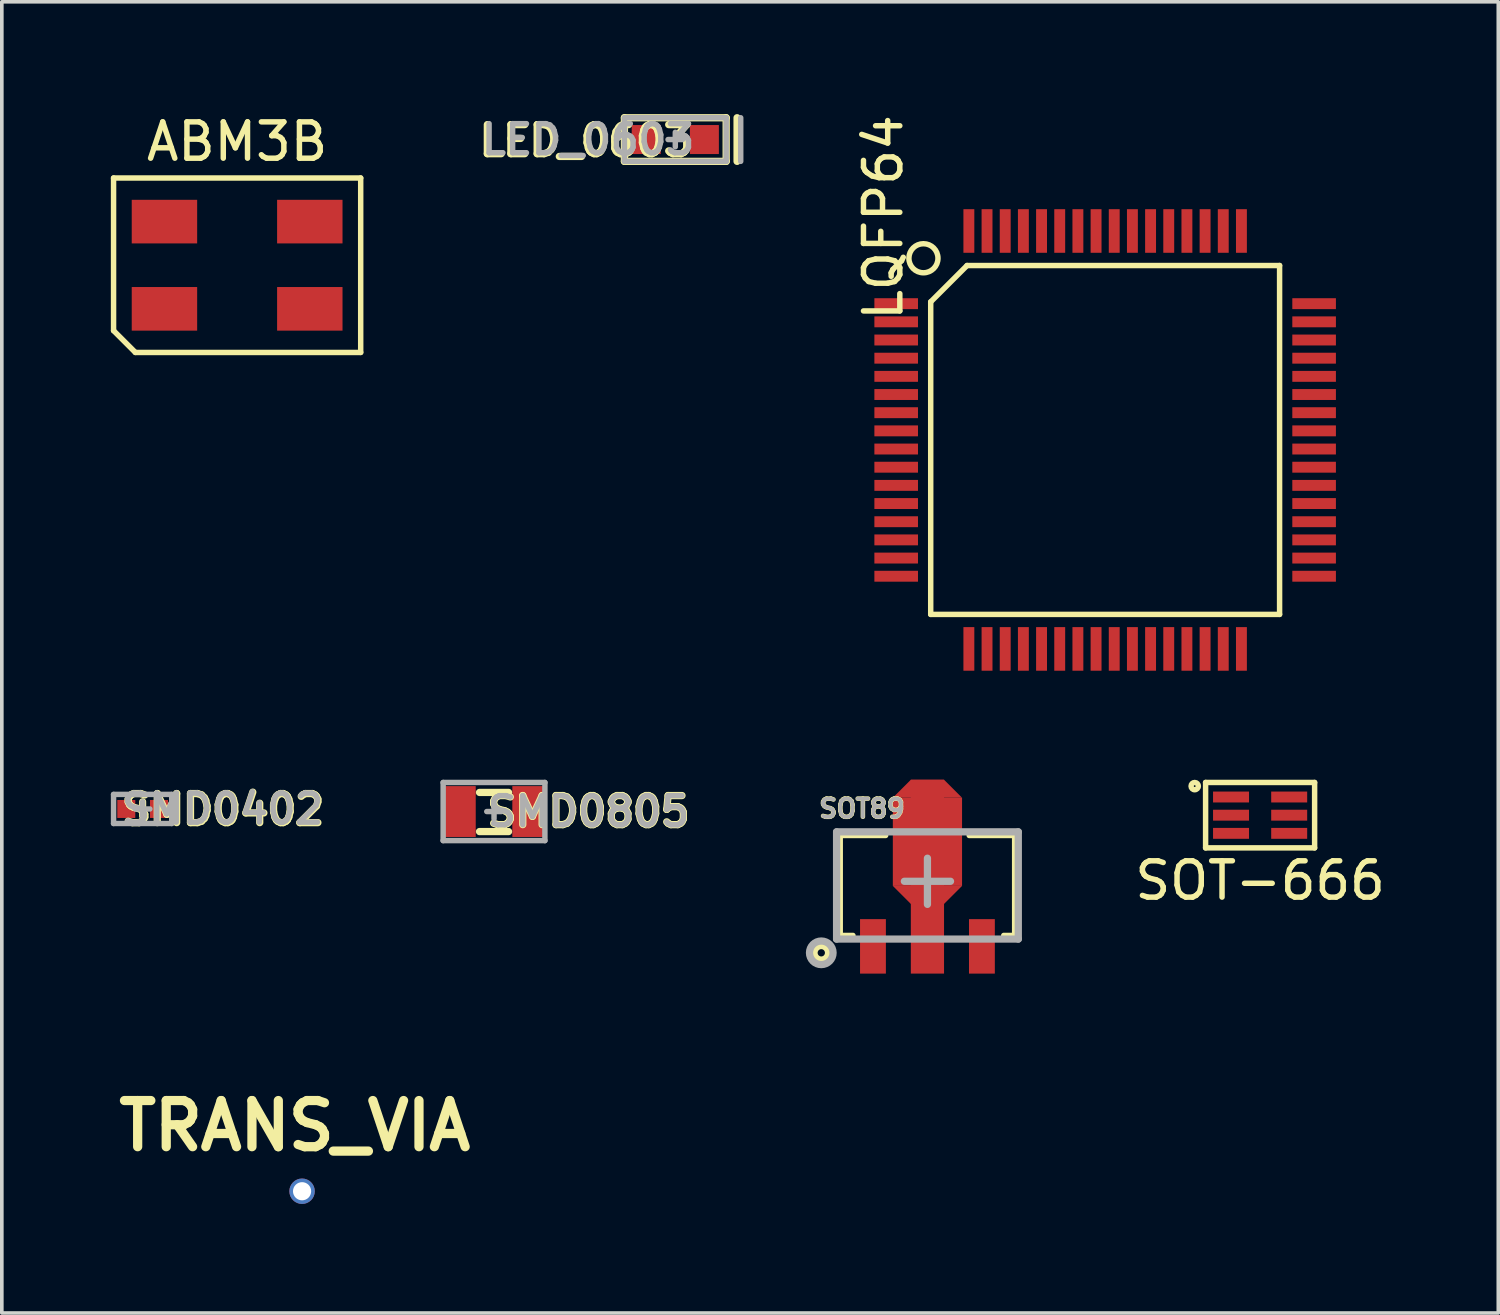
<source format=kicad_pcb>
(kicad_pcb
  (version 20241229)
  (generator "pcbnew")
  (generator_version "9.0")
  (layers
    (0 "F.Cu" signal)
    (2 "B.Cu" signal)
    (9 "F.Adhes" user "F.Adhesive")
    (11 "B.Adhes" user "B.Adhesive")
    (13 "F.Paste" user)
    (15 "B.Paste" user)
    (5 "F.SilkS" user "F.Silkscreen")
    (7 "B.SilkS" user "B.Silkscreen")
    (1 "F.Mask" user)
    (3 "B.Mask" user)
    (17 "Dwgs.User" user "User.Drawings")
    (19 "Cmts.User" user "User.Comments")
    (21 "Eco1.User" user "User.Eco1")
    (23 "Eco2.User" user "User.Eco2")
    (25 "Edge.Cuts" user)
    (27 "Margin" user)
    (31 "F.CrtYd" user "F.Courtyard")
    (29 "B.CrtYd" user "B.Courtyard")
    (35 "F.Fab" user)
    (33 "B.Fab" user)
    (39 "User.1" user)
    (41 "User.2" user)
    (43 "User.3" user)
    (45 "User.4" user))
  (footprint "LQFP64"
    (layer "F.Cu")
    (at 27.36 9.056)
    (property "Reference" "LQFP64" (at -6.105 -6.122 270) (layer "F.SilkS") (effects (font (size 1 1) (thickness 0.15))))
    (attr through_hole)
    (fp_line (start -4.8 -3.8) (end -3.8 -4.8) (stroke (width 0.15) (type solid)) (layer "F.SilkS"))
    (fp_line (start -4.8 4.8) (end -4.8 -3.8) (stroke (width 0.15) (type solid)) (layer "F.SilkS"))
    (fp_line (start -3.8 -4.8) (end 4.8 -4.8) (stroke (width 0.15) (type solid)) (layer "F.SilkS"))
    (fp_line (start 4.8 -4.8) (end 4.8 4.8) (stroke (width 0.15) (type solid)) (layer "F.SilkS"))
    (fp_line (start 4.8 4.8) (end -4.8 4.8) (stroke (width 0.15) (type solid)) (layer "F.SilkS"))
    (fp_circle (center -5 -5) (end -4.6 -5) (stroke (width 0.15) (type solid)) (fill no) (layer "F.SilkS"))
    (pad "1" smd rect (at -5.75 -3.75) (size 1.2 0.3) (layers "F.Cu" "F.Mask" "F.Paste"))
    (pad "2" smd rect (at -5.75 -3.25) (size 1.2 0.3) (layers "F.Cu" "F.Mask" "F.Paste"))
    (pad "3" smd rect (at -5.75 -2.75) (size 1.2 0.3) (layers "F.Cu" "F.Mask" "F.Paste"))
    (pad "4" smd rect (at -5.75 -2.25) (size 1.2 0.3) (layers "F.Cu" "F.Mask" "F.Paste"))
    (pad "5" smd rect (at -5.75 -1.75) (size 1.2 0.3) (layers "F.Cu" "F.Mask" "F.Paste"))
    (pad "6" smd rect (at -5.75 -1.25) (size 1.2 0.3) (layers "F.Cu" "F.Mask" "F.Paste"))
    (pad "7" smd rect (at -5.75 -0.75) (size 1.2 0.3) (layers "F.Cu" "F.Mask" "F.Paste"))
    (pad "8" smd rect (at -5.75 -0.25) (size 1.2 0.3) (layers "F.Cu" "F.Mask" "F.Paste"))
    (pad "9" smd rect (at -5.75 0.25) (size 1.2 0.3) (layers "F.Cu" "F.Mask" "F.Paste"))
    (pad "10" smd rect (at -5.75 0.75) (size 1.2 0.3) (layers "F.Cu" "F.Mask" "F.Paste"))
    (pad "11" smd rect (at -5.75 1.25) (size 1.2 0.3) (layers "F.Cu" "F.Mask" "F.Paste"))
    (pad "12" smd rect (at -5.75 1.75) (size 1.2 0.3) (layers "F.Cu" "F.Mask" "F.Paste"))
    (pad "13" smd rect (at -5.75 2.25) (size 1.2 0.3) (layers "F.Cu" "F.Mask" "F.Paste"))
    (pad "14" smd rect (at -5.75 2.75) (size 1.2 0.3) (layers "F.Cu" "F.Mask" "F.Paste"))
    (pad "15" smd rect (at -5.75 3.25) (size 1.2 0.3) (layers "F.Cu" "F.Mask" "F.Paste"))
    (pad "16" smd rect (at -5.75 3.75) (size 1.2 0.3) (layers "F.Cu" "F.Mask" "F.Paste"))
    (pad "17" smd rect (at -3.75 5.75 90) (size 1.2 0.3) (layers "F.Cu" "F.Mask" "F.Paste"))
    (pad "18" smd rect (at -3.25 5.75 90) (size 1.2 0.3) (layers "F.Cu" "F.Mask" "F.Paste"))
    (pad "19" smd rect (at -2.75 5.75 90) (size 1.2 0.3) (layers "F.Cu" "F.Mask" "F.Paste"))
    (pad "20" smd rect (at -2.25 5.75 90) (size 1.2 0.3) (layers "F.Cu" "F.Mask" "F.Paste"))
    (pad "21" smd rect (at -1.75 5.75 90) (size 1.2 0.3) (layers "F.Cu" "F.Mask" "F.Paste"))
    (pad "22" smd rect (at -1.25 5.75 90) (size 1.2 0.3) (layers "F.Cu" "F.Mask" "F.Paste"))
    (pad "23" smd rect (at -0.75 5.75 90) (size 1.2 0.3) (layers "F.Cu" "F.Mask" "F.Paste"))
    (pad "24" smd rect (at -0.25 5.75 90) (size 1.2 0.3) (layers "F.Cu" "F.Mask" "F.Paste"))
    (pad "25" smd rect (at 0.25 5.75 90) (size 1.2 0.3) (layers "F.Cu" "F.Mask" "F.Paste"))
    (pad "26" smd rect (at 0.75 5.75 90) (size 1.2 0.3) (layers "F.Cu" "F.Mask" "F.Paste"))
    (pad "27" smd rect (at 1.25 5.75 90) (size 1.2 0.3) (layers "F.Cu" "F.Mask" "F.Paste"))
    (pad "28" smd rect (at 1.75 5.75 90) (size 1.2 0.3) (layers "F.Cu" "F.Mask" "F.Paste"))
    (pad "29" smd rect (at 2.25 5.75 90) (size 1.2 0.3) (layers "F.Cu" "F.Mask" "F.Paste"))
    (pad "30" smd rect (at 2.75 5.75 90) (size 1.2 0.3) (layers "F.Cu" "F.Mask" "F.Paste"))
    (pad "31" smd rect (at 3.25 5.75 90) (size 1.2 0.3) (layers "F.Cu" "F.Mask" "F.Paste"))
    (pad "32" smd rect (at 3.75 5.75 90) (size 1.2 0.3) (layers "F.Cu" "F.Mask" "F.Paste"))
    (pad "33" smd rect (at 5.75 3.75) (size 1.2 0.3) (layers "F.Cu" "F.Mask" "F.Paste"))
    (pad "34" smd rect (at 5.75 3.25) (size 1.2 0.3) (layers "F.Cu" "F.Mask" "F.Paste"))
    (pad "35" smd rect (at 5.75 2.75) (size 1.2 0.3) (layers "F.Cu" "F.Mask" "F.Paste"))
    (pad "36" smd rect (at 5.75 2.25) (size 1.2 0.3) (layers "F.Cu" "F.Mask" "F.Paste"))
    (pad "37" smd rect (at 5.75 1.75) (size 1.2 0.3) (layers "F.Cu" "F.Mask" "F.Paste"))
    (pad "38" smd rect (at 5.75 1.25) (size 1.2 0.3) (layers "F.Cu" "F.Mask" "F.Paste"))
    (pad "39" smd rect (at 5.75 0.75) (size 1.2 0.3) (layers "F.Cu" "F.Mask" "F.Paste"))
    (pad "40" smd rect (at 5.75 0.25) (size 1.2 0.3) (layers "F.Cu" "F.Mask" "F.Paste"))
    (pad "41" smd rect (at 5.75 -0.25) (size 1.2 0.3) (layers "F.Cu" "F.Mask" "F.Paste"))
    (pad "42" smd rect (at 5.75 -0.75) (size 1.2 0.3) (layers "F.Cu" "F.Mask" "F.Paste"))
    (pad "43" smd rect (at 5.75 -1.25) (size 1.2 0.3) (layers "F.Cu" "F.Mask" "F.Paste"))
    (pad "44" smd rect (at 5.75 -1.75) (size 1.2 0.3) (layers "F.Cu" "F.Mask" "F.Paste"))
    (pad "45" smd rect (at 5.75 -2.25) (size 1.2 0.3) (layers "F.Cu" "F.Mask" "F.Paste"))
    (pad "46" smd rect (at 5.75 -2.75) (size 1.2 0.3) (layers "F.Cu" "F.Mask" "F.Paste"))
    (pad "47" smd rect (at 5.75 -3.25) (size 1.2 0.3) (layers "F.Cu" "F.Mask" "F.Paste"))
    (pad "48" smd rect (at 5.75 -3.75) (size 1.2 0.3) (layers "F.Cu" "F.Mask" "F.Paste"))
    (pad "49" smd rect (at 3.75 -5.75 90) (size 1.2 0.3) (layers "F.Cu" "F.Mask" "F.Paste"))
    (pad "50" smd rect (at 3.25 -5.75 90) (size 1.2 0.3) (layers "F.Cu" "F.Mask" "F.Paste"))
    (pad "51" smd rect (at 2.75 -5.75 90) (size 1.2 0.3) (layers "F.Cu" "F.Mask" "F.Paste"))
    (pad "52" smd rect (at 2.25 -5.75 90) (size 1.2 0.3) (layers "F.Cu" "F.Mask" "F.Paste"))
    (pad "53" smd rect (at 1.75 -5.75 90) (size 1.2 0.3) (layers "F.Cu" "F.Mask" "F.Paste"))
    (pad "54" smd rect (at 1.25 -5.75 90) (size 1.2 0.3) (layers "F.Cu" "F.Mask" "F.Paste"))
    (pad "55" smd rect (at 0.75 -5.75 90) (size 1.2 0.3) (layers "F.Cu" "F.Mask" "F.Paste"))
    (pad "56" smd rect (at 0.25 -5.75 90) (size 1.2 0.3) (layers "F.Cu" "F.Mask" "F.Paste"))
    (pad "57" smd rect (at -0.25 -5.75 90) (size 1.2 0.3) (layers "F.Cu" "F.Mask" "F.Paste"))
    (pad "58" smd rect (at -0.75 -5.75 90) (size 1.2 0.3) (layers "F.Cu" "F.Mask" "F.Paste"))
    (pad "59" smd rect (at -1.25 -5.75 90) (size 1.2 0.3) (layers "F.Cu" "F.Mask" "F.Paste"))
    (pad "60" smd rect (at -1.75 -5.75 90) (size 1.2 0.3) (layers "F.Cu" "F.Mask" "F.Paste"))
    (pad "61" smd rect (at -2.25 -5.75 90) (size 1.2 0.3) (layers "F.Cu" "F.Mask" "F.Paste"))
    (pad "62" smd rect (at -2.75 -5.75 90) (size 1.2 0.3) (layers "F.Cu" "F.Mask" "F.Paste"))
    (pad "63" smd rect (at -3.25 -5.75 90) (size 1.2 0.3) (layers "F.Cu" "F.Mask" "F.Paste"))
    (pad "64" smd rect (at -3.75 -5.75 90) (size 1.2 0.3) (layers "F.Cu" "F.Mask" "F.Paste")))
  (footprint "SMD0402"
    (layer "F.Cu")
    (at 0.875 19.21)
    (property "Reference" "SMD0402" (at 2.212 0.016 0) (layer "F.SilkS") (effects (font (size 0.8 0.8) (thickness 0.2))))
    (attr through_hole)
    (fp_line (start 0 -0.198) (end 0 0.198) (stroke (width 0.196) (type solid)) (layer "F.SilkS"))
    (fp_line (start -0.8 -0.4) (end 0.8 -0.4) (stroke (width 0.15) (type solid)) (layer "F.Fab"))
    (fp_line (start -0.8 0.4) (end -0.8 -0.4) (stroke (width 0.15) (type solid)) (layer "F.Fab"))
    (fp_line (start -0.2 0) (end 0.2 0) (stroke (width 0.15) (type solid)) (layer "F.Fab"))
    (fp_line (start 0 -0.2) (end 0 0.2) (stroke (width 0.15) (type solid)) (layer "F.Fab"))
    (fp_line (start 0.8 -0.4) (end 0.8 0.4) (stroke (width 0.15) (type solid)) (layer "F.Fab"))
    (fp_line (start 0.8 0.4) (end -0.8 0.4) (stroke (width 0.15) (type solid)) (layer "F.Fab"))
    (fp_text user "${REFERENCE}" (at 2.2 0 0) (layer "F.Fab") (effects (font (size 0.8 0.8) (thickness 0.15))))
    (pad "1" smd rect (at -0.45 0) (size 0.495 0.495) (layers "F.Cu" "F.Mask" "F.Paste"))
    (pad "2" smd rect (at 0.45 0) (size 0.495 0.495) (layers "F.Cu" "F.Mask" "F.Paste")))
  (footprint "SMD0805"
    (layer "F.Cu")
    (at 10.544 19.281)
    (property "Reference" "SMD0805" (at 2.6 0 0) (layer "F.SilkS") (effects (font (size 0.8 0.8) (thickness 0.2))))
    (attr smd)
    (fp_line (start 0.399 -0.526) (end -0.399 -0.526) (stroke (width 0.201) (type solid)) (layer "F.SilkS"))
    (fp_line (start 0.399 0.551) (end -0.399 0.551) (stroke (width 0.201) (type solid)) (layer "F.SilkS"))
    (fp_line (start -1.4 -0.8) (end 1.4 -0.8) (stroke (width 0.15) (type solid)) (layer "F.Fab"))
    (fp_line (start -1.4 0.8) (end -1.4 -0.8) (stroke (width 0.15) (type solid)) (layer "F.Fab"))
    (fp_line (start -0.2 0) (end 0.2 0) (stroke (width 0.15) (type solid)) (layer "F.Fab"))
    (fp_line (start 0 -0.2) (end 0 0.2) (stroke (width 0.15) (type solid)) (layer "F.Fab"))
    (fp_line (start 1.4 -0.8) (end 1.4 0.8) (stroke (width 0.15) (type solid)) (layer "F.Fab"))
    (fp_line (start 1.4 0.8) (end -1.4 0.8) (stroke (width 0.15) (type solid)) (layer "F.Fab"))
    (fp_text user "${REFERENCE}" (at 2.6 0 0) (layer "F.Fab") (effects (font (size 0.8 0.8) (thickness 0.15))))
    (pad "1" smd rect (at -0.953 0) (size 0.899 1.4) (layers "F.Cu" "F.Mask" "F.Paste"))
    (pad "2" smd rect (at 0.953 0) (size 0.899 1.4) (layers "F.Cu" "F.Mask" "F.Paste")))
  (footprint "ABM3B"
    (layer "F.Cu")
    (at 3.475 4.248)
    (property "Reference" "ABM3B" (at 0 -3.4 0) (layer "F.SilkS") (effects (font (size 1 1) (thickness 0.15))))
    (attr through_hole)
    (fp_line (start -3.4 -2.4) (end -3.4 1.8) (stroke (width 0.15) (type solid)) (layer "F.SilkS"))
    (fp_line (start -3.4 1.8) (end -2.8 2.4) (stroke (width 0.15) (type solid)) (layer "F.SilkS"))
    (fp_line (start -2.8 2.4) (end 3.4 2.4) (stroke (width 0.15) (type solid)) (layer "F.SilkS"))
    (fp_line (start 3.4 -2.4) (end -3.4 -2.4) (stroke (width 0.15) (type solid)) (layer "F.SilkS"))
    (fp_line (start 3.4 2.4) (end 3.4 -2.4) (stroke (width 0.15) (type solid)) (layer "F.SilkS"))
    (pad "1" smd rect (at -2 1.2) (size 1.8 1.2) (layers "F.Cu" "F.Mask" "F.Paste"))
    (pad "2" smd rect (at 2 1.2) (size 1.8 1.2) (layers "F.Cu" "F.Mask" "F.Paste"))
    (pad "3" smd rect (at 2 -1.2) (size 1.8 1.2) (layers "F.Cu" "F.Mask" "F.Paste"))
    (pad "4" smd rect (at -2 -1.2) (size 1.8 1.2) (layers "F.Cu" "F.Mask" "F.Paste")))
  (footprint "SOT-666"
    (layer "F.Cu")
    (at 31.624 19.381)
    (property "Reference" "SOT-666" (at 0 1.8 0) (layer "F.SilkS") (effects (font (size 1 1) (thickness 0.15))))
    (attr through_hole)
    (fp_line (start -1.5 -0.9) (end -1.5 0.9) (stroke (width 0.15) (type solid)) (layer "F.SilkS"))
    (fp_line (start -1.5 0.9) (end 1.5 0.9) (stroke (width 0.15) (type solid)) (layer "F.SilkS"))
    (fp_line (start 1.5 -0.9) (end -1.5 -0.9) (stroke (width 0.15) (type solid)) (layer "F.SilkS"))
    (fp_line (start 1.5 0.9) (end 1.5 -0.9) (stroke (width 0.15) (type solid)) (layer "F.SilkS"))
    (fp_circle (center -1.8 -0.8) (end -1.7 -0.8) (stroke (width 0.15) (type solid)) (fill no) (layer "F.SilkS"))
    (pad "1" smd rect (at -0.8 -0.5) (size 0.99 0.3) (layers "F.Cu" "F.Mask" "F.Paste"))
    (pad "2" smd rect (at -0.8 0) (size 0.99 0.3) (layers "F.Cu" "F.Mask" "F.Paste"))
    (pad "3" smd rect (at -0.8 0.5) (size 0.99 0.3) (layers "F.Cu" "F.Mask" "F.Paste"))
    (pad "4" smd rect (at 0.8 0.5) (size 0.99 0.3) (layers "F.Cu" "F.Mask" "F.Paste"))
    (pad "5" smd rect (at 0.8 0) (size 0.99 0.3) (layers "F.Cu" "F.Mask" "F.Paste"))
    (pad "6" smd rect (at 0.8 -0.5) (size 0.99 0.3) (layers "F.Cu" "F.Mask" "F.Paste")))
  (footprint "SOT89"
    (layer "F.Cu")
    (at 22.47 21.2)
    (property "Reference" "SOT89" (at -1.8 -2 0) (layer "F.SilkS") (effects (font (size 0.5 0.5) (thickness 0.125))))
    (attr through_hole)
    (fp_line (start -2.4 -1.26) (end -1.15 -1.26) (stroke (width 0.15) (type solid)) (layer "F.SilkS"))
    (fp_line (start -2.4 1.49) (end -2.4 -1.26) (stroke (width 0.15) (type solid)) (layer "F.SilkS"))
    (fp_line (start -2.05 1.49) (end -2.4 1.49) (stroke (width 0.15) (type solid)) (layer "F.SilkS"))
    (fp_line (start 2.1 1.49) (end 2.4 1.49) (stroke (width 0.15) (type solid)) (layer "F.SilkS"))
    (fp_line (start 2.4 -1.26) (end 1.15 -1.26) (stroke (width 0.15) (type solid)) (layer "F.SilkS"))
    (fp_line (start 2.4 1.49) (end 2.4 -1.26) (stroke (width 0.15) (type solid)) (layer "F.SilkS"))
    (fp_circle (center -2.921 1.968) (end -2.731 2.032) (stroke (width 0.2) (type solid)) (fill no) (layer "F.SilkS"))
    (fp_line (start -2.5 -1.36) (end -2.5 1.59) (stroke (width 0.2) (type solid)) (layer "F.Fab"))
    (fp_line (start -2.5 1.59) (end 2.5 1.59) (stroke (width 0.2) (type solid)) (layer "F.Fab"))
    (fp_line (start -0.635 0) (end 0.635 0) (stroke (width 0.2) (type solid)) (layer "F.Fab"))
    (fp_line (start 0 -0.635) (end 0 0.635) (stroke (width 0.2) (type solid)) (layer "F.Fab"))
    (fp_line (start 2.5 -1.36) (end -2.5 -1.36) (stroke (width 0.2) (type solid)) (layer "F.Fab"))
    (fp_line (start 2.5 1.59) (end 2.5 -1.36) (stroke (width 0.2) (type solid)) (layer "F.Fab"))
    (fp_circle (center -2.921 1.968) (end -2.603 2.032) (stroke (width 0.2) (type solid)) (fill no) (layer "F.Fab"))
    (fp_text user "${REFERENCE}" (at -1.8 -2 0) (layer "F.Fab") (effects (font (size 0.5 0.5) (thickness 0.1))))
    (pad "1" smd rect (at -1.499 1.791) (size 0.711 1.499) (layers "F.Cu" "F.Mask" "F.Paste"))
    (pad "2" smd trapezoid (at 0 -2.546) (size 1.41 0.495) (rect_delta 0 0.495) (layers "F.Cu" "F.Mask" "F.Paste"))
    (pad "2" smd rect (at 0 -0.127) (size 0.914 5.334) (layers "F.Cu" "F.Mask" "F.Paste"))
    (pad "2" smd trapezoid (at 0 0.375 180) (size 1.41 0.495) (rect_delta 0 0.495) (layers "F.Cu" "F.Mask" "F.Paste"))
    (pad "3" smd rect (at 1.499 1.791) (size 0.711 1.499) (layers "F.Cu" "F.Mask" "F.Paste"))
    (pad "4" smd rect (at 0 -1.086) (size 1.905 2.426) (layers "F.Cu" "F.Mask" "F.Paste")))
  (footprint "LED_0603"
    (layer "F.Cu")
    (at 15.532 0.79)
    (property "Reference" "LED_0603" (at -2.448 0.029 0) (layer "F.SilkS") (effects (font (size 0.8 0.8) (thickness 0.2))))
    (attr through_hole)
    (fp_line (start -1.4 -0.6) (end -1.4 0.6) (stroke (width 0.2) (type solid)) (layer "F.SilkS"))
    (fp_line (start -1.4 0.6) (end 1.4 0.6) (stroke (width 0.2) (type solid)) (layer "F.SilkS"))
    (fp_line (start 1.4 -0.6) (end -1.4 -0.6) (stroke (width 0.2) (type solid)) (layer "F.SilkS"))
    (fp_line (start 1.4 0.6) (end 1.4 -0.6) (stroke (width 0.2) (type solid)) (layer "F.SilkS"))
    (fp_line (start 1.7 -0.6) (end 1.7 0.6) (stroke (width 0.2) (type solid)) (layer "F.SilkS"))
    (fp_line (start -1.4 -0.6) (end 1.4 -0.6) (stroke (width 0.15) (type solid)) (layer "F.Fab"))
    (fp_line (start -1.4 0.6) (end -1.4 -0.6) (stroke (width 0.15) (type solid)) (layer "F.Fab"))
    (fp_line (start -0.2 0) (end 0.2 0) (stroke (width 0.15) (type solid)) (layer "F.Fab"))
    (fp_line (start 0 -0.2) (end 0 0.2) (stroke (width 0.15) (type solid)) (layer "F.Fab"))
    (fp_line (start 1.4 -0.6) (end 1.4 0.6) (stroke (width 0.15) (type solid)) (layer "F.Fab"))
    (fp_line (start 1.4 0.6) (end -1.4 0.6) (stroke (width 0.15) (type solid)) (layer "F.Fab"))
    (fp_line (start 1.8 -0.6) (end 1.8 0.6) (stroke (width 0.15) (type solid)) (layer "F.Fab"))
    (fp_text user "${REFERENCE}" (at -2.4 0 0) (layer "F.Fab") (effects (font (size 0.8 0.8) (thickness 0.15))))
    (pad "1" smd rect (at -0.8 0) (size 0.798 0.798) (layers "F.Cu" "F.Mask" "F.Paste"))
    (pad "2" smd rect (at 0.8 0) (size 0.798 0.798) (layers "F.Cu" "F.Mask" "F.Paste")))
  (footprint "TRANS_VIA"
    (layer "F.Cu")
    (at 5.262 29.729)
    (property "Reference" "TRANS_VIA" (at -0.2 -1.8 0) (layer "F.SilkS") (effects (font (size 1.27 1.27) (thickness 0.254))))
    (attr through_hole)
    (pad "1" thru_hole circle (at 0 0) (size 0.7 0.7) (drill 0.5) (layers "*.Cu")))
  (gr_rect
    (start -3 -3)
    (end 38.178 33.079)
    (stroke (width 0.1) (type default))
    (fill no)
    (layer "Edge.Cuts")))
</source>
